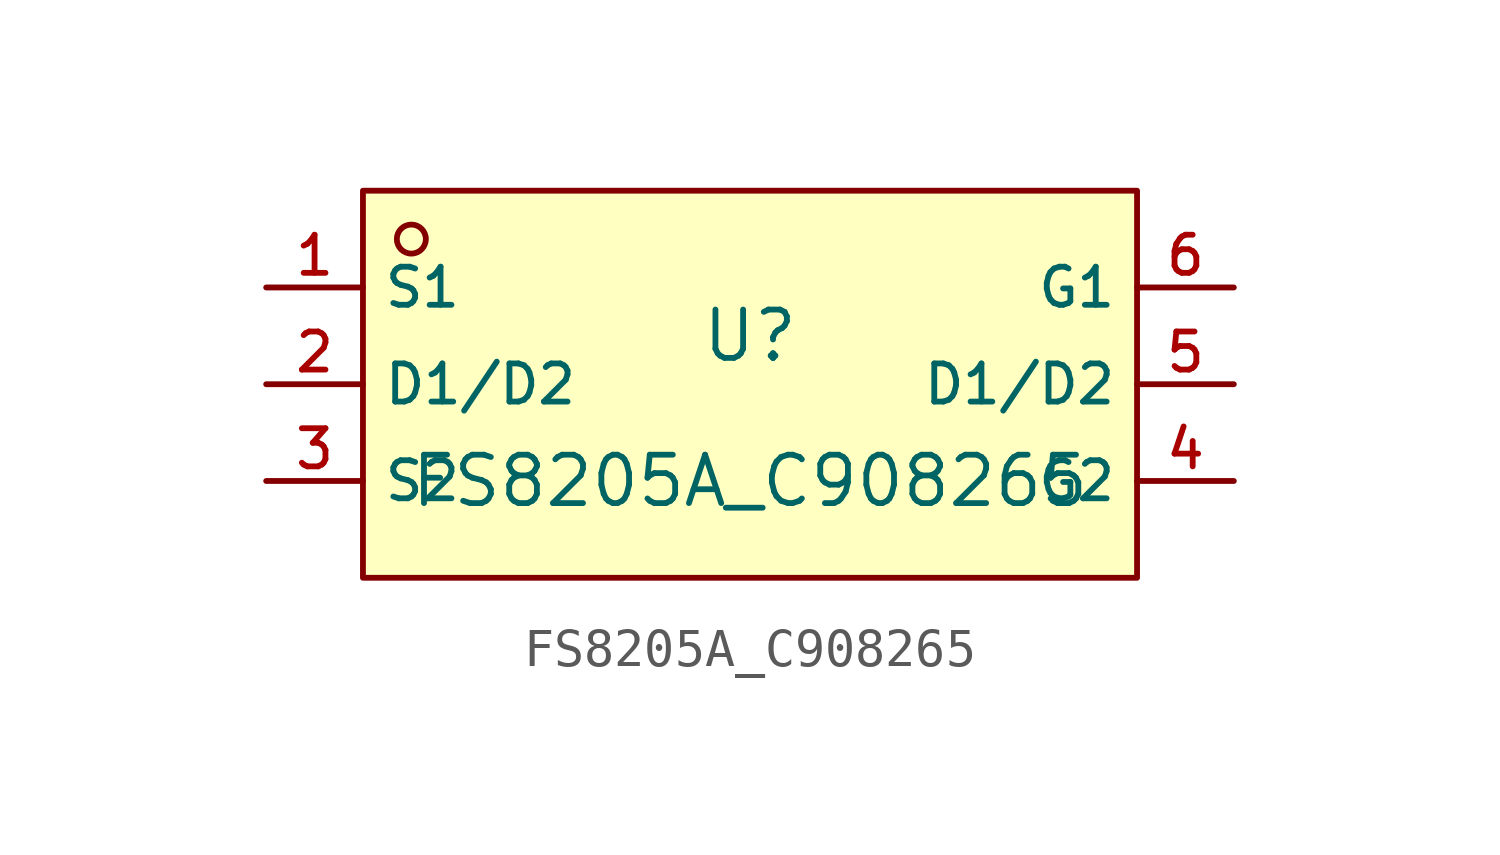
<source format=kicad_sym>
(kicad_symbol_lib
  (version 20210201)
  (generator TousstNicolas/JLC2KiCad_lib)
  (symbol "FS8205A_C908265"
    (property "Reference" "U"
      (at 0 1.27 0)
      (effects (font (size 1.27 1.27))))
    (property "Value" "FS8205A_C908265"
      (at 0 -2.54 0)
      (effects (font (size 1.27 1.27))))
    (symbol "FS8205A_C908265_0_1"
      (rectangle (start -10.16 5.08) (end 10.16 -5.08) (stroke (width 0) (type default) (color 0 0 0 0)) (fill (type background)))
      (circle (center -8.89 3.81) (radius 0.381) (stroke (width 0) (type default) (color 0 0 0 0)) (fill (type background)))
      (pin unspecified line (at -12.7 2.54 0) (length 2.54) (name "S1" (effects (font (size 1 1)))) (number "1" (effects (font (size 1 1)))))
      (pin unspecified line (at -12.7 -0.0 0) (length 2.54) (name "D1/D2" (effects (font (size 1 1)))) (number "2" (effects (font (size 1 1)))))
      (pin unspecified line (at -12.7 -2.54 0) (length 2.54) (name "S2" (effects (font (size 1 1)))) (number "3" (effects (font (size 1 1)))))
      (pin unspecified line (at 12.7 -2.54 180) (length 2.54) (name "G2" (effects (font (size 1 1)))) (number "4" (effects (font (size 1 1)))))
      (pin unspecified line (at 12.7 -0.0 180) (length 2.54) (name "D1/D2" (effects (font (size 1 1)))) (number "5" (effects (font (size 1 1)))))
      (pin unspecified line (at 12.7 2.54 180) (length 2.54) (name "G1" (effects (font (size 1 1)))) (number "6" (effects (font (size 1 1))))))))
</source>
